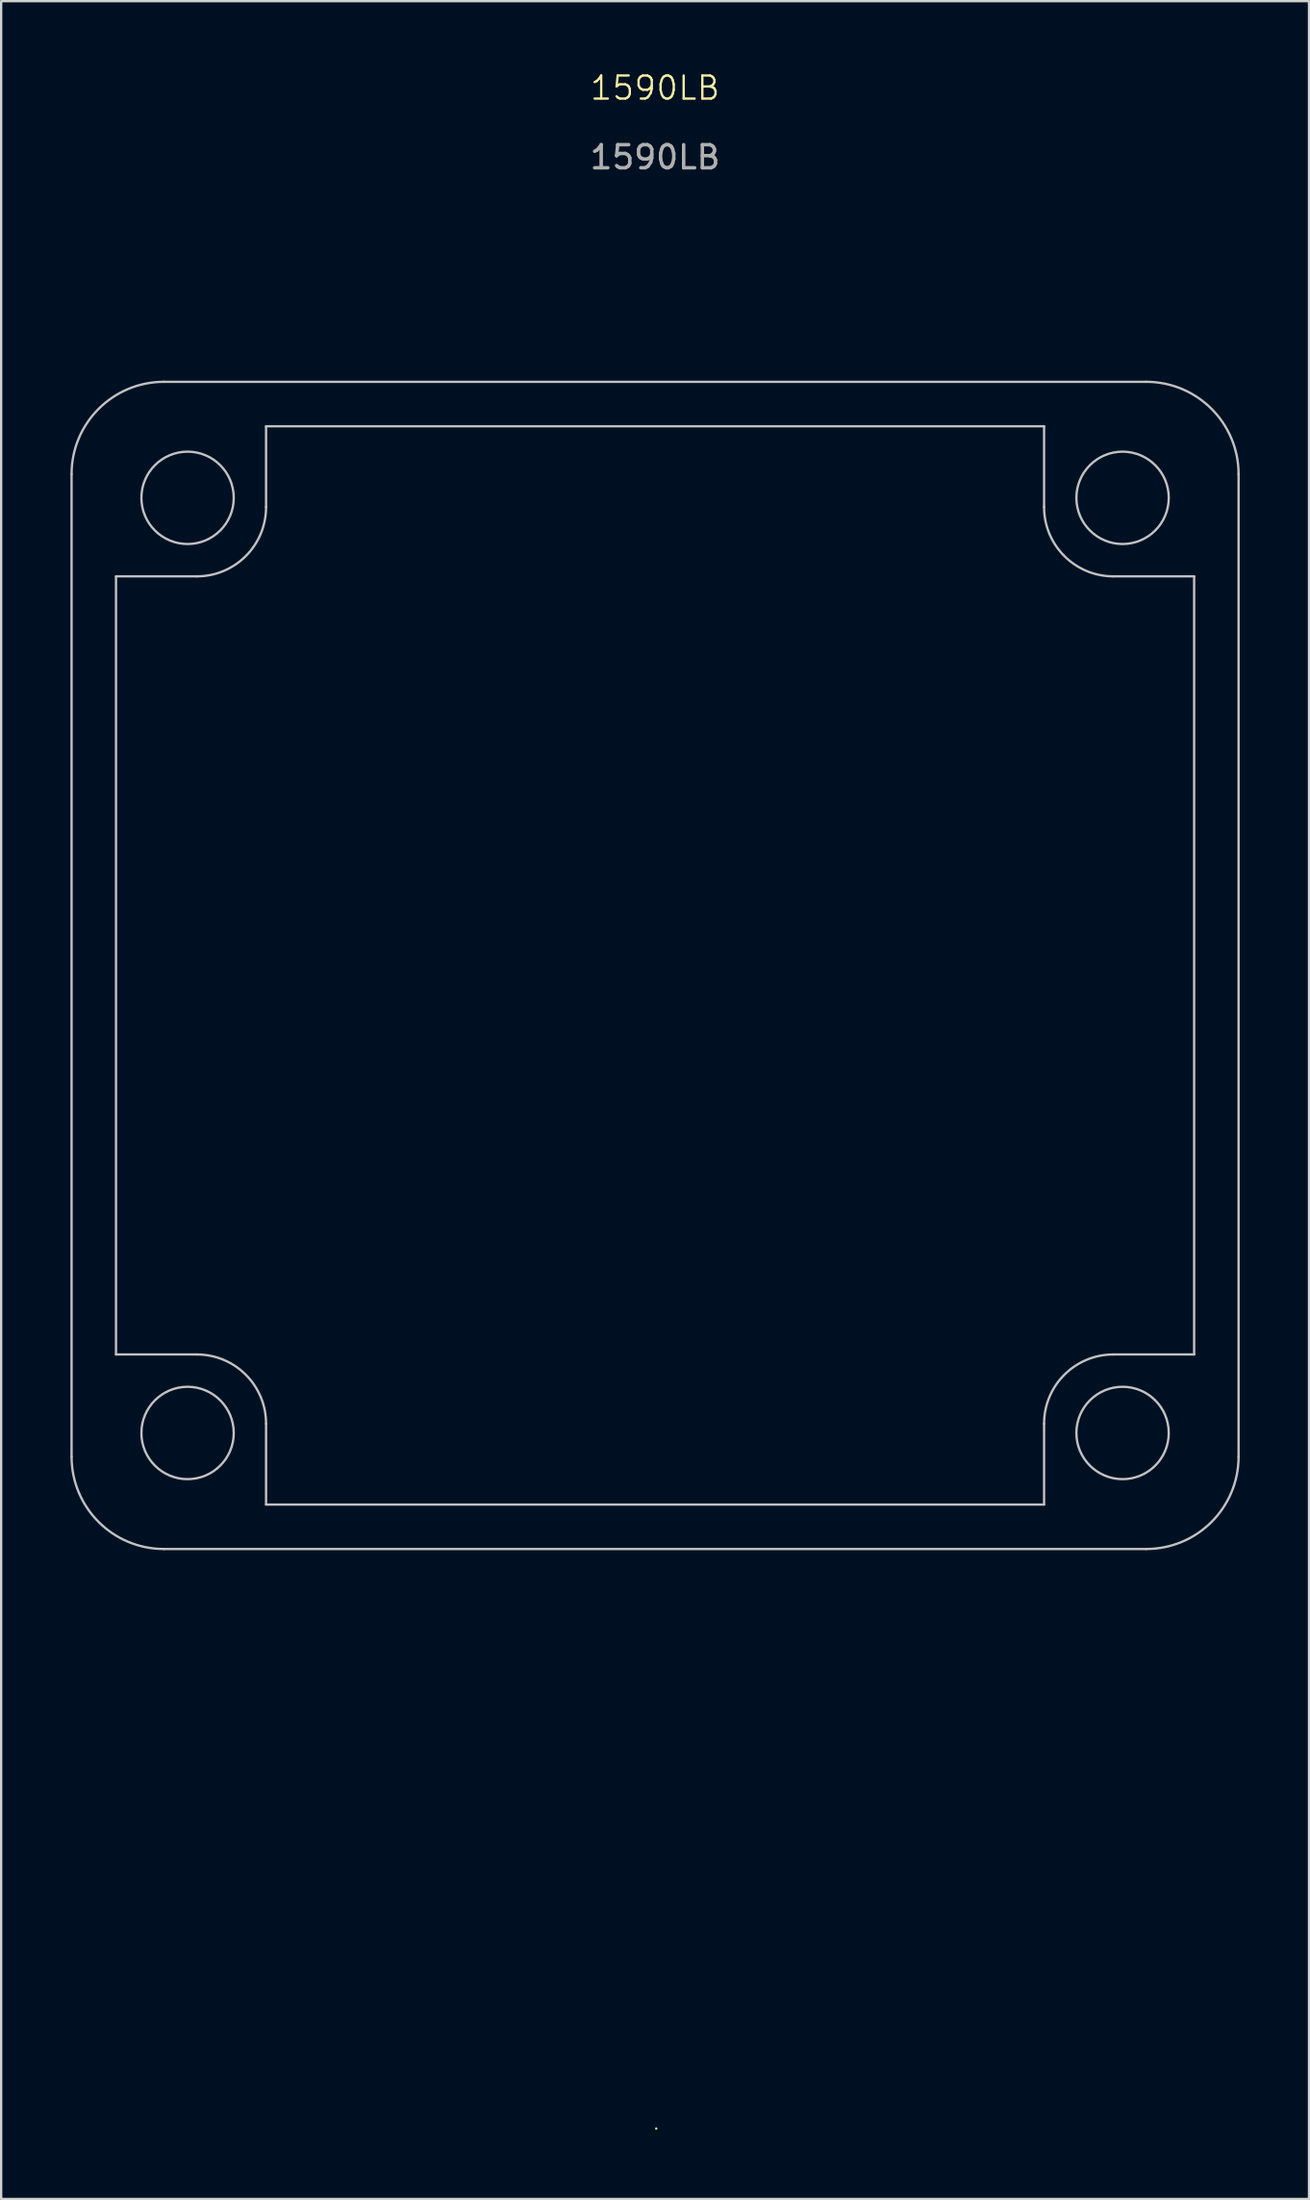
<source format=kicad_pcb>
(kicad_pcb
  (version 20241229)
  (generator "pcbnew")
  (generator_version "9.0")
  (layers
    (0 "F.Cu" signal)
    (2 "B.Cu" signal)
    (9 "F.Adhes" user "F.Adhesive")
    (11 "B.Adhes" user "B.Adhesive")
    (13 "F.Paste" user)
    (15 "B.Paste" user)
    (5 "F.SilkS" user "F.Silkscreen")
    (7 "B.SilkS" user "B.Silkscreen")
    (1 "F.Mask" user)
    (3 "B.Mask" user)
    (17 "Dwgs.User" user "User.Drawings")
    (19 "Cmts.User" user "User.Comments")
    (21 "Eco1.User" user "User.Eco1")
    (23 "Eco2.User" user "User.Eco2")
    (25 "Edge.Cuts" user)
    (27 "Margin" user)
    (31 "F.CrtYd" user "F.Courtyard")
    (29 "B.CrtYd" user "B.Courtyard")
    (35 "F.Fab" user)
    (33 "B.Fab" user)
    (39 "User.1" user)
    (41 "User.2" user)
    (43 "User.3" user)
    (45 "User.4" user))
  (footprint "1590LB"
    (layer "F.Cu")
    (at 25.325 38.761)
    (property "Reference" "1590LB" (at 0 -38 0) (unlocked yes) (layer "F.SilkS") (effects (font (size 1 1) (thickness 0.1))))
    (attr exclude_from_pos_files exclude_from_bom dnp)
    (fp_line (start 0.05 50.375) (end 0.05 50.375) (stroke (width 0.1) (type default)) (layer "F.SilkS"))
    (fp_line (start -25.275 -21.275) (end -25.275 21.275) (stroke (width 0.1) (type solid)) (layer "Dwgs.User"))
    (fp_line (start -23.35 -16.85) (end -23.35 16.85) (stroke (width 0.1) (type solid)) (layer "Dwgs.User"))
    (fp_line (start -21.275 -25.275) (end 21.275 -25.275) (stroke (width 0.1) (type solid)) (layer "Dwgs.User"))
    (fp_line (start -21.275 25.275) (end 21.275 25.275) (stroke (width 0.1) (type solid)) (layer "Dwgs.User"))
    (fp_line (start -19.85 -16.85) (end -23.35 -16.85) (stroke (width 0.1) (type default)) (layer "Dwgs.User"))
    (fp_line (start -19.85 16.85) (end -23.35 16.85) (stroke (width 0.1) (type default)) (layer "Dwgs.User"))
    (fp_line (start -16.85 -23.35) (end -16.85 -19.85) (stroke (width 0.1) (type default)) (layer "Dwgs.User"))
    (fp_line (start -16.85 -23.35) (end 16.85 -23.35) (stroke (width 0.1) (type solid)) (layer "Dwgs.User"))
    (fp_line (start -16.85 19.85) (end -16.85 23.35) (stroke (width 0.1) (type default)) (layer "Dwgs.User"))
    (fp_line (start -16.85 23.35) (end 16.85 23.35) (stroke (width 0.1) (type solid)) (layer "Dwgs.User"))
    (fp_line (start 16.85 -23.35) (end 16.85 -19.85) (stroke (width 0.1) (type default)) (layer "Dwgs.User"))
    (fp_line (start 16.85 19.85) (end 16.85 23.35) (stroke (width 0.1) (type default)) (layer "Dwgs.User"))
    (fp_line (start 23.35 -16.85) (end 19.85 -16.85) (stroke (width 0.1) (type default)) (layer "Dwgs.User"))
    (fp_line (start 23.35 -16.85) (end 23.35 16.85) (stroke (width 0.1) (type solid)) (layer "Dwgs.User"))
    (fp_line (start 23.35 16.85) (end 19.85 16.85) (stroke (width 0.1) (type default)) (layer "Dwgs.User"))
    (fp_line (start 25.275 -21.275) (end 25.275 21.275) (stroke (width 0.1) (type solid)) (layer "Dwgs.User"))
    (fp_arc (start -25.275 -21.275) (mid -24.103427 -24.103427) (end -21.275 -25.275) (stroke (width 0.1) (type solid)) (layer "Dwgs.User"))
    (fp_arc (start -21.275 25.275) (mid -24.103427 24.103427) (end -25.275 21.275) (stroke (width 0.1) (type solid)) (layer "Dwgs.User"))
    (fp_arc (start -19.85 16.85) (mid -17.72868 17.72868) (end -16.85 19.85) (stroke (width 0.1) (type solid)) (layer "Dwgs.User"))
    (fp_arc (start -16.85 -19.85) (mid -17.72868 -17.72868) (end -19.85 -16.85) (stroke (width 0.1) (type solid)) (layer "Dwgs.User"))
    (fp_arc (start 16.85 19.85) (mid 17.72868 17.72868) (end 19.85 16.85) (stroke (width 0.1) (type solid)) (layer "Dwgs.User"))
    (fp_arc (start 19.85 -16.85) (mid 17.72868 -17.72868) (end 16.85 -19.85) (stroke (width 0.1) (type solid)) (layer "Dwgs.User"))
    (fp_arc (start 21.275 -25.275) (mid 24.103427 -24.103427) (end 25.275 -21.275) (stroke (width 0.1) (type solid)) (layer "Dwgs.User"))
    (fp_arc (start 25.275 21.275) (mid 24.103427 24.103427) (end 21.275 25.275) (stroke (width 0.1) (type solid)) (layer "Dwgs.User"))
    (fp_circle (center -20.25 -20.25) (end -18.25 -20.25) (stroke (width 0.1) (type solid)) (fill no) (layer "Dwgs.User"))
    (fp_circle (center -20.25 20.25) (end -18.25 20.25) (stroke (width 0.1) (type solid)) (fill no) (layer "Dwgs.User"))
    (fp_circle (center 20.25 -20.25) (end 22.25 -20.25) (stroke (width 0.1) (type solid)) (fill no) (layer "Dwgs.User"))
    (fp_circle (center 20.25 20.25) (end 22.25 20.25) (stroke (width 0.1) (type solid)) (fill no) (layer "Dwgs.User"))
    (fp_text user "${REFERENCE}" (at 0 -35 0) (unlocked yes) (layer "F.Fab") (effects (font (size 1 1) (thickness 0.15)))))
  (gr_rect
    (start -3 -3)
    (end 53.65 92.186)
    (stroke (width 0.1) (type default))
    (fill no)
    (layer "Edge.Cuts")))
</source>
